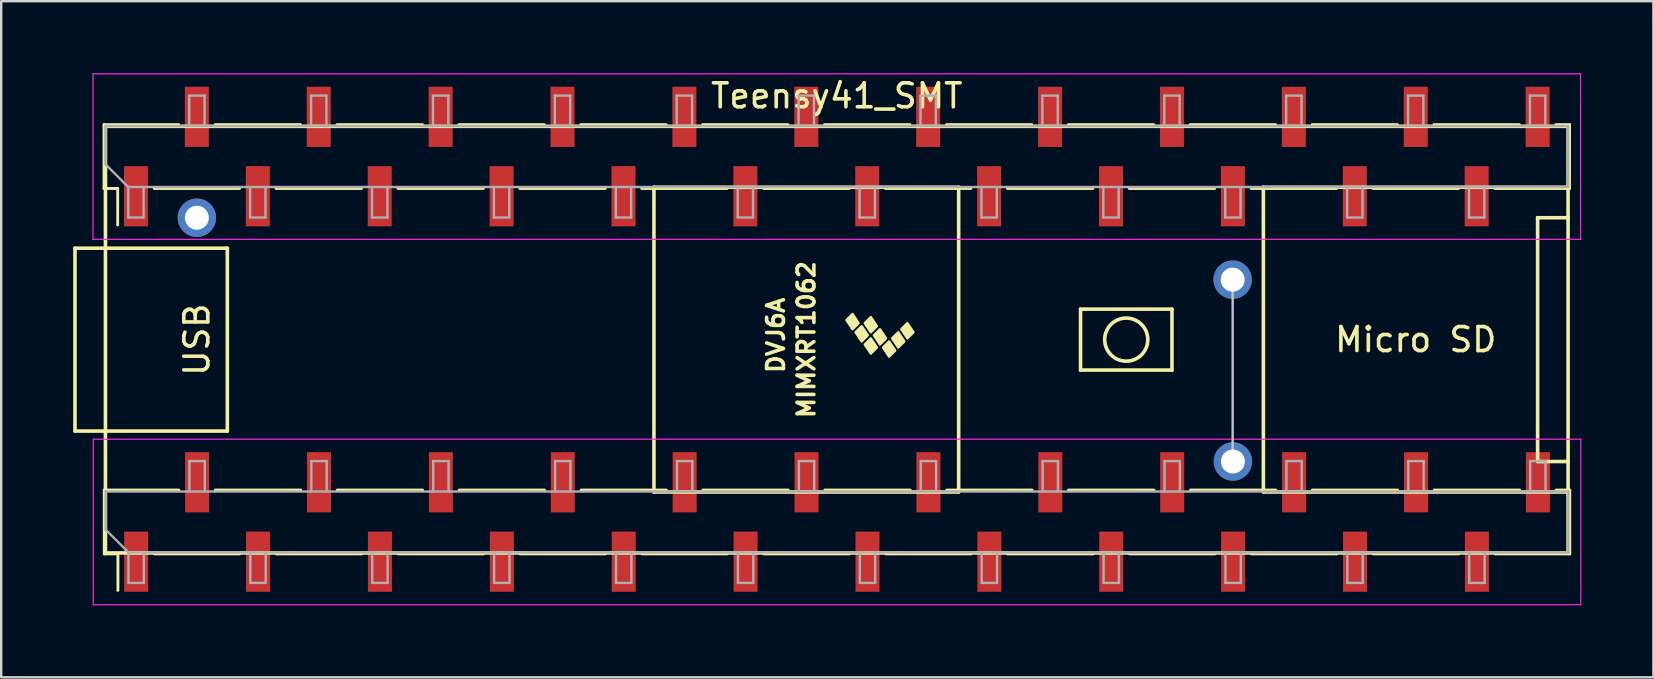
<source format=kicad_pcb>
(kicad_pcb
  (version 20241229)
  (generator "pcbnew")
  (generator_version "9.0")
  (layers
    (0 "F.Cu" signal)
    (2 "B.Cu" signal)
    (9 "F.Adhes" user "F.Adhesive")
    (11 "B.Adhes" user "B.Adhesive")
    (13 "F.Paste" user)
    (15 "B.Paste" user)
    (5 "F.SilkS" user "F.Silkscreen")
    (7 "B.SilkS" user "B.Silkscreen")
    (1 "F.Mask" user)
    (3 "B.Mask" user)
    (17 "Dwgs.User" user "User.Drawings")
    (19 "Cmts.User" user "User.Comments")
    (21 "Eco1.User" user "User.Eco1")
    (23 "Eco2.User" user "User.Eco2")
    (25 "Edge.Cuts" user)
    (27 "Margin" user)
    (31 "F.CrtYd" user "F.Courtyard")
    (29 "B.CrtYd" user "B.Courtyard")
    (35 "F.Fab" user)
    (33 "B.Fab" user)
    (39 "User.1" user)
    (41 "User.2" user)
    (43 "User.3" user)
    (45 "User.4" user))
  (footprint "Teensy41_SMT"
    (layer "F.Cu")
    (at 31.825 11.105)
    (property "Reference" "Teensy41_SMT" (at 0 -10.16 0) (layer "F.SilkS") (effects (font (size 1 1) (thickness 0.15))))
    (attr through_hole)
    (fp_line (start -31.75 -3.81) (end -30.48 -3.81) (stroke (width 0.15) (type solid)) (layer "F.SilkS"))
    (fp_line (start -31.75 3.81) (end -31.75 -3.81) (stroke (width 0.15) (type solid)) (layer "F.SilkS"))
    (fp_line (start -30.54 -8.96) (end -27.43 -8.96) (stroke (width 0.12) (type solid)) (layer "F.SilkS"))
    (fp_line (start -30.54 -6.3) (end -30.54 -8.96) (stroke (width 0.12) (type solid)) (layer "F.SilkS"))
    (fp_line (start -30.54 -6.3) (end -29.97 -6.3) (stroke (width 0.12) (type solid)) (layer "F.SilkS"))
    (fp_line (start -30.53 6.27) (end -27.42 6.27) (stroke (width 0.12) (type solid)) (layer "F.SilkS"))
    (fp_line (start -30.53 8.93) (end -30.53 6.27) (stroke (width 0.12) (type solid)) (layer "F.SilkS"))
    (fp_line (start -30.53 8.93) (end -29.96 8.93) (stroke (width 0.12) (type solid)) (layer "F.SilkS"))
    (fp_line (start -30.48 -8.89) (end 30.48 -8.89) (stroke (width 0.15) (type solid)) (layer "F.SilkS"))
    (fp_line (start -30.48 3.81) (end -31.75 3.81) (stroke (width 0.15) (type solid)) (layer "F.SilkS"))
    (fp_line (start -30.48 8.89) (end -30.48 -8.89) (stroke (width 0.15) (type solid)) (layer "F.SilkS"))
    (fp_line (start -29.97 -6.3) (end -29.97 -4.78) (stroke (width 0.12) (type solid)) (layer "F.SilkS"))
    (fp_line (start -29.96 8.93) (end -29.96 10.45) (stroke (width 0.12) (type solid)) (layer "F.SilkS"))
    (fp_line (start -28.45 -6.3) (end -24.89 -6.3) (stroke (width 0.12) (type solid)) (layer "F.SilkS"))
    (fp_line (start -28.44 8.93) (end -24.88 8.93) (stroke (width 0.12) (type solid)) (layer "F.SilkS"))
    (fp_line (start -25.91 -8.96) (end -22.35 -8.96) (stroke (width 0.12) (type solid)) (layer "F.SilkS"))
    (fp_line (start -25.9 6.27) (end -22.34 6.27) (stroke (width 0.12) (type solid)) (layer "F.SilkS"))
    (fp_line (start -25.4 -3.81) (end -30.48 -3.81) (stroke (width 0.15) (type solid)) (layer "F.SilkS"))
    (fp_line (start -25.4 3.81) (end -30.48 3.81) (stroke (width 0.15) (type solid)) (layer "F.SilkS"))
    (fp_line (start -25.4 3.81) (end -25.4 -3.81) (stroke (width 0.15) (type solid)) (layer "F.SilkS"))
    (fp_line (start -23.37 -6.3) (end -19.81 -6.3) (stroke (width 0.12) (type solid)) (layer "F.SilkS"))
    (fp_line (start -23.36 8.93) (end -19.8 8.93) (stroke (width 0.12) (type solid)) (layer "F.SilkS"))
    (fp_line (start -20.83 -8.96) (end -17.27 -8.96) (stroke (width 0.12) (type solid)) (layer "F.SilkS"))
    (fp_line (start -20.82 6.27) (end -17.26 6.27) (stroke (width 0.12) (type solid)) (layer "F.SilkS"))
    (fp_line (start -18.29 -6.3) (end -14.73 -6.3) (stroke (width 0.12) (type solid)) (layer "F.SilkS"))
    (fp_line (start -18.28 8.93) (end -14.72 8.93) (stroke (width 0.12) (type solid)) (layer "F.SilkS"))
    (fp_line (start -15.75 -8.96) (end -12.19 -8.96) (stroke (width 0.12) (type solid)) (layer "F.SilkS"))
    (fp_line (start -15.74 6.27) (end -12.18 6.27) (stroke (width 0.12) (type solid)) (layer "F.SilkS"))
    (fp_line (start -13.21 -6.3) (end -9.65 -6.3) (stroke (width 0.12) (type solid)) (layer "F.SilkS"))
    (fp_line (start -13.2 8.93) (end -9.64 8.93) (stroke (width 0.12) (type solid)) (layer "F.SilkS"))
    (fp_line (start -10.67 -8.96) (end -7.11 -8.96) (stroke (width 0.12) (type solid)) (layer "F.SilkS"))
    (fp_line (start -10.66 6.27) (end -7.1 6.27) (stroke (width 0.12) (type solid)) (layer "F.SilkS"))
    (fp_line (start -8.13 -6.3) (end -4.57 -6.3) (stroke (width 0.12) (type solid)) (layer "F.SilkS"))
    (fp_line (start -8.12 8.93) (end -4.56 8.93) (stroke (width 0.12) (type solid)) (layer "F.SilkS"))
    (fp_line (start -7.62 -6.35) (end -7.62 6.35) (stroke (width 0.15) (type solid)) (layer "F.SilkS"))
    (fp_line (start -7.62 6.35) (end 5.08 6.35) (stroke (width 0.15) (type solid)) (layer "F.SilkS"))
    (fp_line (start -5.59 -8.96) (end -2.03 -8.96) (stroke (width 0.12) (type solid)) (layer "F.SilkS"))
    (fp_line (start -5.58 6.27) (end -2.02 6.27) (stroke (width 0.12) (type solid)) (layer "F.SilkS"))
    (fp_line (start -3.05 -6.3) (end 0.51 -6.3) (stroke (width 0.12) (type solid)) (layer "F.SilkS"))
    (fp_line (start -3.04 8.93) (end 0.52 8.93) (stroke (width 0.12) (type solid)) (layer "F.SilkS"))
    (fp_line (start -0.51 -8.96) (end 3.05 -8.96) (stroke (width 0.12) (type solid)) (layer "F.SilkS"))
    (fp_line (start -0.5 6.27) (end 3.06 6.27) (stroke (width 0.12) (type solid)) (layer "F.SilkS"))
    (fp_line (start 2.03 -6.3) (end 5.59 -6.3) (stroke (width 0.12) (type solid)) (layer "F.SilkS"))
    (fp_line (start 2.04 8.93) (end 5.6 8.93) (stroke (width 0.12) (type solid)) (layer "F.SilkS"))
    (fp_line (start 4.57 -8.96) (end 8.13 -8.96) (stroke (width 0.12) (type solid)) (layer "F.SilkS"))
    (fp_line (start 4.58 6.27) (end 8.14 6.27) (stroke (width 0.12) (type solid)) (layer "F.SilkS"))
    (fp_line (start 5.08 -6.35) (end -7.62 -6.35) (stroke (width 0.15) (type solid)) (layer "F.SilkS"))
    (fp_line (start 5.08 6.35) (end 5.08 -6.35) (stroke (width 0.15) (type solid)) (layer "F.SilkS"))
    (fp_line (start 7.11 -6.3) (end 10.67 -6.3) (stroke (width 0.12) (type solid)) (layer "F.SilkS"))
    (fp_line (start 7.12 8.93) (end 10.68 8.93) (stroke (width 0.12) (type solid)) (layer "F.SilkS"))
    (fp_line (start 9.65 -8.96) (end 13.21 -8.96) (stroke (width 0.12) (type solid)) (layer "F.SilkS"))
    (fp_line (start 9.66 6.27) (end 13.22 6.27) (stroke (width 0.12) (type solid)) (layer "F.SilkS"))
    (fp_line (start 10.16 -1.27) (end 13.97 -1.27) (stroke (width 0.15) (type solid)) (layer "F.SilkS"))
    (fp_line (start 10.16 1.27) (end 10.16 -1.27) (stroke (width 0.15) (type solid)) (layer "F.SilkS"))
    (fp_line (start 12.19 -6.3) (end 15.75 -6.3) (stroke (width 0.12) (type solid)) (layer "F.SilkS"))
    (fp_line (start 12.2 8.93) (end 15.76 8.93) (stroke (width 0.12) (type solid)) (layer "F.SilkS"))
    (fp_line (start 13.97 -1.27) (end 13.97 1.27) (stroke (width 0.15) (type solid)) (layer "F.SilkS"))
    (fp_line (start 13.97 1.27) (end 10.16 1.27) (stroke (width 0.15) (type solid)) (layer "F.SilkS"))
    (fp_line (start 14.73 -8.96) (end 18.29 -8.96) (stroke (width 0.12) (type solid)) (layer "F.SilkS"))
    (fp_line (start 14.74 6.27) (end 18.3 6.27) (stroke (width 0.12) (type solid)) (layer "F.SilkS"))
    (fp_line (start 17.27 -6.3) (end 20.83 -6.3) (stroke (width 0.12) (type solid)) (layer "F.SilkS"))
    (fp_line (start 17.28 8.93) (end 20.84 8.93) (stroke (width 0.12) (type solid)) (layer "F.SilkS"))
    (fp_line (start 17.78 -6.35) (end 17.78 6.35) (stroke (width 0.15) (type solid)) (layer "F.SilkS"))
    (fp_line (start 17.78 6.35) (end 30.48 6.35) (stroke (width 0.15) (type solid)) (layer "F.SilkS"))
    (fp_line (start 19.81 -8.96) (end 23.37 -8.96) (stroke (width 0.12) (type solid)) (layer "F.SilkS"))
    (fp_line (start 19.82 6.27) (end 23.38 6.27) (stroke (width 0.12) (type solid)) (layer "F.SilkS"))
    (fp_line (start 22.35 -6.3) (end 25.91 -6.3) (stroke (width 0.12) (type solid)) (layer "F.SilkS"))
    (fp_line (start 22.36 8.93) (end 25.92 8.93) (stroke (width 0.12) (type solid)) (layer "F.SilkS"))
    (fp_line (start 24.89 -8.96) (end 28.45 -8.96) (stroke (width 0.12) (type solid)) (layer "F.SilkS"))
    (fp_line (start 24.9 6.27) (end 28.46 6.27) (stroke (width 0.12) (type solid)) (layer "F.SilkS"))
    (fp_line (start 27.43 -6.3) (end 30.54 -6.3) (stroke (width 0.12) (type solid)) (layer "F.SilkS"))
    (fp_line (start 27.44 8.93) (end 30.55 8.93) (stroke (width 0.12) (type solid)) (layer "F.SilkS"))
    (fp_line (start 29.21 -5.08) (end 29.21 5.08) (stroke (width 0.15) (type solid)) (layer "F.SilkS"))
    (fp_line (start 29.21 5.08) (end 30.48 5.08) (stroke (width 0.15) (type solid)) (layer "F.SilkS"))
    (fp_line (start 29.97 -8.96) (end 30.54 -8.96) (stroke (width 0.12) (type solid)) (layer "F.SilkS"))
    (fp_line (start 29.98 6.27) (end 30.55 6.27) (stroke (width 0.12) (type solid)) (layer "F.SilkS"))
    (fp_line (start 30.48 -8.89) (end 30.48 8.89) (stroke (width 0.15) (type solid)) (layer "F.SilkS"))
    (fp_line (start 30.48 -6.35) (end 17.78 -6.35) (stroke (width 0.15) (type solid)) (layer "F.SilkS"))
    (fp_line (start 30.48 -5.08) (end 29.21 -5.08) (stroke (width 0.15) (type solid)) (layer "F.SilkS"))
    (fp_line (start 30.48 8.89) (end -30.48 8.89) (stroke (width 0.15) (type solid)) (layer "F.SilkS"))
    (fp_line (start 30.54 -6.3) (end 30.54 -8.96) (stroke (width 0.12) (type solid)) (layer "F.SilkS"))
    (fp_line (start 30.55 8.93) (end 30.55 6.27) (stroke (width 0.12) (type solid)) (layer "F.SilkS"))
    (fp_circle (center 12.065 0) (end 12.7 -0.635) (stroke (width 0.15) (type solid)) (fill no) (layer "F.SilkS"))
    (fp_poly (pts (xy 0.911 -0.688) (xy 0.657 -0.434) (xy 0.403 -0.815) (xy 0.657 -1.069)) (stroke (width 0.1) (type solid)) (fill yes) (layer "F.SilkS"))
    (fp_poly (pts (xy 1.292 -0.18) (xy 1.038 0.074) (xy 0.784 -0.307) (xy 1.038 -0.561)) (stroke (width 0.1) (type solid)) (fill yes) (layer "F.SilkS"))
    (fp_poly (pts (xy 1.673 -0.561) (xy 1.419 -0.307) (xy 1.165 -0.688) (xy 1.419 -0.942)) (stroke (width 0.1) (type solid)) (fill yes) (layer "F.SilkS"))
    (fp_poly (pts (xy 1.673 0.328) (xy 1.419 0.582) (xy 1.165 0.201) (xy 1.419 -0.053)) (stroke (width 0.1) (type solid)) (fill yes) (layer "F.SilkS"))
    (fp_poly (pts (xy 2.054 -0.053) (xy 1.8 0.201) (xy 1.546 -0.18) (xy 1.8 -0.434)) (stroke (width 0.1) (type solid)) (fill yes) (layer "F.SilkS"))
    (fp_poly (pts (xy 2.435 0.455) (xy 2.181 0.709) (xy 1.927 0.328) (xy 2.181 0.074)) (stroke (width 0.1) (type solid)) (fill yes) (layer "F.SilkS"))
    (fp_poly (pts (xy 2.816 0.074) (xy 2.562 0.328) (xy 2.308 -0.053) (xy 2.562 -0.307)) (stroke (width 0.1) (type solid)) (fill yes) (layer "F.SilkS"))
    (fp_poly (pts (xy 3.197 -0.307) (xy 2.943 -0.053) (xy 2.689 -0.434) (xy 2.943 -0.688)) (stroke (width 0.1) (type solid)) (fill yes) (layer "F.SilkS"))
    (fp_line (start 16.5 5.1) (end 16.5 -2.5) (stroke (width 0.1) (type solid)) (layer "Dwgs.User"))
    (fp_line (start -31 -11.08) (end -31 -4.18) (stroke (width 0.05) (type solid)) (layer "F.CrtYd"))
    (fp_line (start -31 -4.18) (end 31 -4.18) (stroke (width 0.05) (type solid)) (layer "F.CrtYd"))
    (fp_line (start -30.99 4.15) (end -30.99 11.05) (stroke (width 0.05) (type solid)) (layer "F.CrtYd"))
    (fp_line (start -30.99 11.05) (end 31.01 11.05) (stroke (width 0.05) (type solid)) (layer "F.CrtYd"))
    (fp_line (start 31 -11.08) (end -31 -11.08) (stroke (width 0.05) (type solid)) (layer "F.CrtYd"))
    (fp_line (start 31 -4.18) (end 31 -11.08) (stroke (width 0.05) (type solid)) (layer "F.CrtYd"))
    (fp_line (start 31.01 4.15) (end -30.99 4.15) (stroke (width 0.05) (type solid)) (layer "F.CrtYd"))
    (fp_line (start 31.01 11.05) (end 31.01 4.15) (stroke (width 0.05) (type solid)) (layer "F.CrtYd"))
    (fp_line (start -30.48 -8.9) (end 30.48 -8.9) (stroke (width 0.1) (type solid)) (layer "F.Fab"))
    (fp_line (start -30.48 -7.31) (end -30.48 -8.9) (stroke (width 0.1) (type solid)) (layer "F.Fab"))
    (fp_line (start -30.47 6.33) (end 30.49 6.33) (stroke (width 0.1) (type solid)) (layer "F.Fab"))
    (fp_line (start -30.47 7.92) (end -30.47 6.33) (stroke (width 0.1) (type solid)) (layer "F.Fab"))
    (fp_line (start -29.53 -6.36) (end -30.48 -7.31) (stroke (width 0.1) (type solid)) (layer "F.Fab"))
    (fp_line (start -29.53 -6.36) (end -29.53 -5.09) (stroke (width 0.1) (type solid)) (layer "F.Fab"))
    (fp_line (start -29.53 -5.09) (end -28.89 -5.09) (stroke (width 0.1) (type solid)) (layer "F.Fab"))
    (fp_line (start -29.52 8.87) (end -30.47 7.92) (stroke (width 0.1) (type solid)) (layer "F.Fab"))
    (fp_line (start -29.52 8.87) (end -29.52 10.14) (stroke (width 0.1) (type solid)) (layer "F.Fab"))
    (fp_line (start -29.52 10.14) (end -28.88 10.14) (stroke (width 0.1) (type solid)) (layer "F.Fab"))
    (fp_line (start -28.89 -5.09) (end -28.89 -6.36) (stroke (width 0.1) (type solid)) (layer "F.Fab"))
    (fp_line (start -28.88 10.14) (end -28.88 8.87) (stroke (width 0.1) (type solid)) (layer "F.Fab"))
    (fp_line (start -26.99 -10.17) (end -26.35 -10.17) (stroke (width 0.1) (type solid)) (layer "F.Fab"))
    (fp_line (start -26.99 -8.9) (end -26.99 -10.17) (stroke (width 0.1) (type solid)) (layer "F.Fab"))
    (fp_line (start -26.98 5.06) (end -26.34 5.06) (stroke (width 0.1) (type solid)) (layer "F.Fab"))
    (fp_line (start -26.98 6.33) (end -26.98 5.06) (stroke (width 0.1) (type solid)) (layer "F.Fab"))
    (fp_line (start -26.35 -10.17) (end -26.35 -8.9) (stroke (width 0.1) (type solid)) (layer "F.Fab"))
    (fp_line (start -26.34 5.06) (end -26.34 6.33) (stroke (width 0.1) (type solid)) (layer "F.Fab"))
    (fp_line (start -24.45 -6.36) (end -24.45 -5.09) (stroke (width 0.1) (type solid)) (layer "F.Fab"))
    (fp_line (start -24.45 -5.09) (end -23.81 -5.09) (stroke (width 0.1) (type solid)) (layer "F.Fab"))
    (fp_line (start -24.44 8.87) (end -24.44 10.14) (stroke (width 0.1) (type solid)) (layer "F.Fab"))
    (fp_line (start -24.44 10.14) (end -23.8 10.14) (stroke (width 0.1) (type solid)) (layer "F.Fab"))
    (fp_line (start -23.81 -5.09) (end -23.81 -6.36) (stroke (width 0.1) (type solid)) (layer "F.Fab"))
    (fp_line (start -23.8 10.14) (end -23.8 8.87) (stroke (width 0.1) (type solid)) (layer "F.Fab"))
    (fp_line (start -21.91 -10.17) (end -21.27 -10.17) (stroke (width 0.1) (type solid)) (layer "F.Fab"))
    (fp_line (start -21.91 -8.9) (end -21.91 -10.17) (stroke (width 0.1) (type solid)) (layer "F.Fab"))
    (fp_line (start -21.9 5.06) (end -21.26 5.06) (stroke (width 0.1) (type solid)) (layer "F.Fab"))
    (fp_line (start -21.9 6.33) (end -21.9 5.06) (stroke (width 0.1) (type solid)) (layer "F.Fab"))
    (fp_line (start -21.27 -10.17) (end -21.27 -8.9) (stroke (width 0.1) (type solid)) (layer "F.Fab"))
    (fp_line (start -21.26 5.06) (end -21.26 6.33) (stroke (width 0.1) (type solid)) (layer "F.Fab"))
    (fp_line (start -19.37 -6.36) (end -19.37 -5.09) (stroke (width 0.1) (type solid)) (layer "F.Fab"))
    (fp_line (start -19.37 -5.09) (end -18.73 -5.09) (stroke (width 0.1) (type solid)) (layer "F.Fab"))
    (fp_line (start -19.36 8.87) (end -19.36 10.14) (stroke (width 0.1) (type solid)) (layer "F.Fab"))
    (fp_line (start -19.36 10.14) (end -18.72 10.14) (stroke (width 0.1) (type solid)) (layer "F.Fab"))
    (fp_line (start -18.73 -5.09) (end -18.73 -6.36) (stroke (width 0.1) (type solid)) (layer "F.Fab"))
    (fp_line (start -18.72 10.14) (end -18.72 8.87) (stroke (width 0.1) (type solid)) (layer "F.Fab"))
    (fp_line (start -16.83 -10.17) (end -16.19 -10.17) (stroke (width 0.1) (type solid)) (layer "F.Fab"))
    (fp_line (start -16.83 -8.9) (end -16.83 -10.17) (stroke (width 0.1) (type solid)) (layer "F.Fab"))
    (fp_line (start -16.82 5.06) (end -16.18 5.06) (stroke (width 0.1) (type solid)) (layer "F.Fab"))
    (fp_line (start -16.82 6.33) (end -16.82 5.06) (stroke (width 0.1) (type solid)) (layer "F.Fab"))
    (fp_line (start -16.19 -10.17) (end -16.19 -8.9) (stroke (width 0.1) (type solid)) (layer "F.Fab"))
    (fp_line (start -16.18 5.06) (end -16.18 6.33) (stroke (width 0.1) (type solid)) (layer "F.Fab"))
    (fp_line (start -14.29 -6.36) (end -14.29 -5.09) (stroke (width 0.1) (type solid)) (layer "F.Fab"))
    (fp_line (start -14.29 -5.09) (end -13.65 -5.09) (stroke (width 0.1) (type solid)) (layer "F.Fab"))
    (fp_line (start -14.28 8.87) (end -14.28 10.14) (stroke (width 0.1) (type solid)) (layer "F.Fab"))
    (fp_line (start -14.28 10.14) (end -13.64 10.14) (stroke (width 0.1) (type solid)) (layer "F.Fab"))
    (fp_line (start -13.65 -5.09) (end -13.65 -6.36) (stroke (width 0.1) (type solid)) (layer "F.Fab"))
    (fp_line (start -13.64 10.14) (end -13.64 8.87) (stroke (width 0.1) (type solid)) (layer "F.Fab"))
    (fp_line (start -11.75 -10.17) (end -11.11 -10.17) (stroke (width 0.1) (type solid)) (layer "F.Fab"))
    (fp_line (start -11.75 -8.9) (end -11.75 -10.17) (stroke (width 0.1) (type solid)) (layer "F.Fab"))
    (fp_line (start -11.74 5.06) (end -11.1 5.06) (stroke (width 0.1) (type solid)) (layer "F.Fab"))
    (fp_line (start -11.74 6.33) (end -11.74 5.06) (stroke (width 0.1) (type solid)) (layer "F.Fab"))
    (fp_line (start -11.11 -10.17) (end -11.11 -8.9) (stroke (width 0.1) (type solid)) (layer "F.Fab"))
    (fp_line (start -11.1 5.06) (end -11.1 6.33) (stroke (width 0.1) (type solid)) (layer "F.Fab"))
    (fp_line (start -9.21 -6.36) (end -9.21 -5.09) (stroke (width 0.1) (type solid)) (layer "F.Fab"))
    (fp_line (start -9.21 -5.09) (end -8.57 -5.09) (stroke (width 0.1) (type solid)) (layer "F.Fab"))
    (fp_line (start -9.2 8.87) (end -9.2 10.14) (stroke (width 0.1) (type solid)) (layer "F.Fab"))
    (fp_line (start -9.2 10.14) (end -8.56 10.14) (stroke (width 0.1) (type solid)) (layer "F.Fab"))
    (fp_line (start -8.57 -5.09) (end -8.57 -6.36) (stroke (width 0.1) (type solid)) (layer "F.Fab"))
    (fp_line (start -8.56 10.14) (end -8.56 8.87) (stroke (width 0.1) (type solid)) (layer "F.Fab"))
    (fp_line (start -6.67 -10.17) (end -6.03 -10.17) (stroke (width 0.1) (type solid)) (layer "F.Fab"))
    (fp_line (start -6.67 -8.9) (end -6.67 -10.17) (stroke (width 0.1) (type solid)) (layer "F.Fab"))
    (fp_line (start -6.66 5.06) (end -6.02 5.06) (stroke (width 0.1) (type solid)) (layer "F.Fab"))
    (fp_line (start -6.66 6.33) (end -6.66 5.06) (stroke (width 0.1) (type solid)) (layer "F.Fab"))
    (fp_line (start -6.03 -10.17) (end -6.03 -8.9) (stroke (width 0.1) (type solid)) (layer "F.Fab"))
    (fp_line (start -6.02 5.06) (end -6.02 6.33) (stroke (width 0.1) (type solid)) (layer "F.Fab"))
    (fp_line (start -4.13 -6.36) (end -4.13 -5.09) (stroke (width 0.1) (type solid)) (layer "F.Fab"))
    (fp_line (start -4.13 -5.09) (end -3.49 -5.09) (stroke (width 0.1) (type solid)) (layer "F.Fab"))
    (fp_line (start -4.12 8.87) (end -4.12 10.14) (stroke (width 0.1) (type solid)) (layer "F.Fab"))
    (fp_line (start -4.12 10.14) (end -3.48 10.14) (stroke (width 0.1) (type solid)) (layer "F.Fab"))
    (fp_line (start -3.49 -5.09) (end -3.49 -6.36) (stroke (width 0.1) (type solid)) (layer "F.Fab"))
    (fp_line (start -3.48 10.14) (end -3.48 8.87) (stroke (width 0.1) (type solid)) (layer "F.Fab"))
    (fp_line (start -1.59 -10.17) (end -0.95 -10.17) (stroke (width 0.1) (type solid)) (layer "F.Fab"))
    (fp_line (start -1.59 -8.9) (end -1.59 -10.17) (stroke (width 0.1) (type solid)) (layer "F.Fab"))
    (fp_line (start -1.58 5.06) (end -0.94 5.06) (stroke (width 0.1) (type solid)) (layer "F.Fab"))
    (fp_line (start -1.58 6.33) (end -1.58 5.06) (stroke (width 0.1) (type solid)) (layer "F.Fab"))
    (fp_line (start -0.95 -10.17) (end -0.95 -8.9) (stroke (width 0.1) (type solid)) (layer "F.Fab"))
    (fp_line (start -0.94 5.06) (end -0.94 6.33) (stroke (width 0.1) (type solid)) (layer "F.Fab"))
    (fp_line (start 0.95 -6.36) (end 0.95 -5.09) (stroke (width 0.1) (type solid)) (layer "F.Fab"))
    (fp_line (start 0.95 -5.09) (end 1.59 -5.09) (stroke (width 0.1) (type solid)) (layer "F.Fab"))
    (fp_line (start 0.96 8.87) (end 0.96 10.14) (stroke (width 0.1) (type solid)) (layer "F.Fab"))
    (fp_line (start 0.96 10.14) (end 1.6 10.14) (stroke (width 0.1) (type solid)) (layer "F.Fab"))
    (fp_line (start 1.59 -5.09) (end 1.59 -6.36) (stroke (width 0.1) (type solid)) (layer "F.Fab"))
    (fp_line (start 1.6 10.14) (end 1.6 8.87) (stroke (width 0.1) (type solid)) (layer "F.Fab"))
    (fp_line (start 3.49 -10.17) (end 4.13 -10.17) (stroke (width 0.1) (type solid)) (layer "F.Fab"))
    (fp_line (start 3.49 -8.9) (end 3.49 -10.17) (stroke (width 0.1) (type solid)) (layer "F.Fab"))
    (fp_line (start 3.5 5.06) (end 4.14 5.06) (stroke (width 0.1) (type solid)) (layer "F.Fab"))
    (fp_line (start 3.5 6.33) (end 3.5 5.06) (stroke (width 0.1) (type solid)) (layer "F.Fab"))
    (fp_line (start 4.13 -10.17) (end 4.13 -8.9) (stroke (width 0.1) (type solid)) (layer "F.Fab"))
    (fp_line (start 4.14 5.06) (end 4.14 6.33) (stroke (width 0.1) (type solid)) (layer "F.Fab"))
    (fp_line (start 6.03 -6.36) (end 6.03 -5.09) (stroke (width 0.1) (type solid)) (layer "F.Fab"))
    (fp_line (start 6.03 -5.09) (end 6.67 -5.09) (stroke (width 0.1) (type solid)) (layer "F.Fab"))
    (fp_line (start 6.04 8.87) (end 6.04 10.14) (stroke (width 0.1) (type solid)) (layer "F.Fab"))
    (fp_line (start 6.04 10.14) (end 6.68 10.14) (stroke (width 0.1) (type solid)) (layer "F.Fab"))
    (fp_line (start 6.67 -5.09) (end 6.67 -6.36) (stroke (width 0.1) (type solid)) (layer "F.Fab"))
    (fp_line (start 6.68 10.14) (end 6.68 8.87) (stroke (width 0.1) (type solid)) (layer "F.Fab"))
    (fp_line (start 8.57 -10.17) (end 9.21 -10.17) (stroke (width 0.1) (type solid)) (layer "F.Fab"))
    (fp_line (start 8.57 -8.9) (end 8.57 -10.17) (stroke (width 0.1) (type solid)) (layer "F.Fab"))
    (fp_line (start 8.58 5.06) (end 9.22 5.06) (stroke (width 0.1) (type solid)) (layer "F.Fab"))
    (fp_line (start 8.58 6.33) (end 8.58 5.06) (stroke (width 0.1) (type solid)) (layer "F.Fab"))
    (fp_line (start 9.21 -10.17) (end 9.21 -8.9) (stroke (width 0.1) (type solid)) (layer "F.Fab"))
    (fp_line (start 9.22 5.06) (end 9.22 6.33) (stroke (width 0.1) (type solid)) (layer "F.Fab"))
    (fp_line (start 11.11 -6.36) (end 11.11 -5.09) (stroke (width 0.1) (type solid)) (layer "F.Fab"))
    (fp_line (start 11.11 -5.09) (end 11.75 -5.09) (stroke (width 0.1) (type solid)) (layer "F.Fab"))
    (fp_line (start 11.12 8.87) (end 11.12 10.14) (stroke (width 0.1) (type solid)) (layer "F.Fab"))
    (fp_line (start 11.12 10.14) (end 11.76 10.14) (stroke (width 0.1) (type solid)) (layer "F.Fab"))
    (fp_line (start 11.75 -5.09) (end 11.75 -6.36) (stroke (width 0.1) (type solid)) (layer "F.Fab"))
    (fp_line (start 11.76 10.14) (end 11.76 8.87) (stroke (width 0.1) (type solid)) (layer "F.Fab"))
    (fp_line (start 13.65 -10.17) (end 14.29 -10.17) (stroke (width 0.1) (type solid)) (layer "F.Fab"))
    (fp_line (start 13.65 -8.9) (end 13.65 -10.17) (stroke (width 0.1) (type solid)) (layer "F.Fab"))
    (fp_line (start 13.66 5.06) (end 14.3 5.06) (stroke (width 0.1) (type solid)) (layer "F.Fab"))
    (fp_line (start 13.66 6.33) (end 13.66 5.06) (stroke (width 0.1) (type solid)) (layer "F.Fab"))
    (fp_line (start 14.29 -10.17) (end 14.29 -8.9) (stroke (width 0.1) (type solid)) (layer "F.Fab"))
    (fp_line (start 14.3 5.06) (end 14.3 6.33) (stroke (width 0.1) (type solid)) (layer "F.Fab"))
    (fp_line (start 16.19 -6.36) (end 16.19 -5.09) (stroke (width 0.1) (type solid)) (layer "F.Fab"))
    (fp_line (start 16.19 -5.09) (end 16.83 -5.09) (stroke (width 0.1) (type solid)) (layer "F.Fab"))
    (fp_line (start 16.2 8.87) (end 16.2 10.14) (stroke (width 0.1) (type solid)) (layer "F.Fab"))
    (fp_line (start 16.2 10.14) (end 16.84 10.14) (stroke (width 0.1) (type solid)) (layer "F.Fab"))
    (fp_line (start 16.83 -5.09) (end 16.83 -6.36) (stroke (width 0.1) (type solid)) (layer "F.Fab"))
    (fp_line (start 16.84 10.14) (end 16.84 8.87) (stroke (width 0.1) (type solid)) (layer "F.Fab"))
    (fp_line (start 18.73 -10.17) (end 19.37 -10.17) (stroke (width 0.1) (type solid)) (layer "F.Fab"))
    (fp_line (start 18.73 -8.9) (end 18.73 -10.17) (stroke (width 0.1) (type solid)) (layer "F.Fab"))
    (fp_line (start 18.74 5.06) (end 19.38 5.06) (stroke (width 0.1) (type solid)) (layer "F.Fab"))
    (fp_line (start 18.74 6.33) (end 18.74 5.06) (stroke (width 0.1) (type solid)) (layer "F.Fab"))
    (fp_line (start 19.37 -10.17) (end 19.37 -8.9) (stroke (width 0.1) (type solid)) (layer "F.Fab"))
    (fp_line (start 19.38 5.06) (end 19.38 6.33) (stroke (width 0.1) (type solid)) (layer "F.Fab"))
    (fp_line (start 21.27 -6.36) (end 21.27 -5.09) (stroke (width 0.1) (type solid)) (layer "F.Fab"))
    (fp_line (start 21.27 -5.09) (end 21.91 -5.09) (stroke (width 0.1) (type solid)) (layer "F.Fab"))
    (fp_line (start 21.28 8.87) (end 21.28 10.14) (stroke (width 0.1) (type solid)) (layer "F.Fab"))
    (fp_line (start 21.28 10.14) (end 21.92 10.14) (stroke (width 0.1) (type solid)) (layer "F.Fab"))
    (fp_line (start 21.91 -5.09) (end 21.91 -6.36) (stroke (width 0.1) (type solid)) (layer "F.Fab"))
    (fp_line (start 21.92 10.14) (end 21.92 8.87) (stroke (width 0.1) (type solid)) (layer "F.Fab"))
    (fp_line (start 23.81 -10.17) (end 24.45 -10.17) (stroke (width 0.1) (type solid)) (layer "F.Fab"))
    (fp_line (start 23.81 -8.9) (end 23.81 -10.17) (stroke (width 0.1) (type solid)) (layer "F.Fab"))
    (fp_line (start 23.82 5.06) (end 24.46 5.06) (stroke (width 0.1) (type solid)) (layer "F.Fab"))
    (fp_line (start 23.82 6.33) (end 23.82 5.06) (stroke (width 0.1) (type solid)) (layer "F.Fab"))
    (fp_line (start 24.45 -10.17) (end 24.45 -8.9) (stroke (width 0.1) (type solid)) (layer "F.Fab"))
    (fp_line (start 24.46 5.06) (end 24.46 6.33) (stroke (width 0.1) (type solid)) (layer "F.Fab"))
    (fp_line (start 26.35 -6.36) (end 26.35 -5.09) (stroke (width 0.1) (type solid)) (layer "F.Fab"))
    (fp_line (start 26.35 -5.09) (end 26.99 -5.09) (stroke (width 0.1) (type solid)) (layer "F.Fab"))
    (fp_line (start 26.36 8.87) (end 26.36 10.14) (stroke (width 0.1) (type solid)) (layer "F.Fab"))
    (fp_line (start 26.36 10.14) (end 27 10.14) (stroke (width 0.1) (type solid)) (layer "F.Fab"))
    (fp_line (start 26.99 -5.09) (end 26.99 -6.36) (stroke (width 0.1) (type solid)) (layer "F.Fab"))
    (fp_line (start 27 10.14) (end 27 8.87) (stroke (width 0.1) (type solid)) (layer "F.Fab"))
    (fp_line (start 28.89 -10.17) (end 29.53 -10.17) (stroke (width 0.1) (type solid)) (layer "F.Fab"))
    (fp_line (start 28.89 -8.9) (end 28.89 -10.17) (stroke (width 0.1) (type solid)) (layer "F.Fab"))
    (fp_line (start 28.9 5.06) (end 29.54 5.06) (stroke (width 0.1) (type solid)) (layer "F.Fab"))
    (fp_line (start 28.9 6.33) (end 28.9 5.06) (stroke (width 0.1) (type solid)) (layer "F.Fab"))
    (fp_line (start 29.53 -10.17) (end 29.53 -8.9) (stroke (width 0.1) (type solid)) (layer "F.Fab"))
    (fp_line (start 29.54 5.06) (end 29.54 6.33) (stroke (width 0.1) (type solid)) (layer "F.Fab"))
    (fp_line (start 30.48 -8.9) (end 30.48 -6.36) (stroke (width 0.1) (type solid)) (layer "F.Fab"))
    (fp_line (start 30.48 -6.36) (end -29.53 -6.36) (stroke (width 0.1) (type solid)) (layer "F.Fab"))
    (fp_line (start 30.49 6.33) (end 30.49 8.87) (stroke (width 0.1) (type solid)) (layer "F.Fab"))
    (fp_line (start 30.49 8.87) (end -29.52 8.87) (stroke (width 0.1) (type solid)) (layer "F.Fab"))
    (fp_text user "DVJ6A" (at -2.54 -0.18 270) (layer "F.SilkS") (effects (font (size 0.7 0.7) (thickness 0.15))))
    (fp_text user "MIMXRT1062" (at -1.27 0 270) (layer "F.SilkS") (effects (font (size 0.7 0.7) (thickness 0.15))))
    (fp_text user "Micro SD" (at 24.13 0 0) (layer "F.SilkS") (effects (font (size 1 1) (thickness 0.15))))
    (fp_text user "USB" (at -26.67 0 270) (layer "F.SilkS") (effects (font (size 1 1) (thickness 0.15))))
    (pad "1" smd rect (at -29.2 9.255 90) (size 2.51 1) (layers "F.Cu" "F.Mask" "F.Paste"))
    (pad "2" smd rect (at -26.66 5.945 90) (size 2.51 1) (layers "F.Cu" "F.Mask" "F.Paste"))
    (pad "3" smd rect (at -24.12 9.255 90) (size 2.51 1) (layers "F.Cu" "F.Mask" "F.Paste"))
    (pad "4" smd rect (at -21.58 5.945 90) (size 2.51 1) (layers "F.Cu" "F.Mask" "F.Paste"))
    (pad "5" smd rect (at -19.04 9.255 90) (size 2.51 1) (layers "F.Cu" "F.Mask" "F.Paste"))
    (pad "6" smd rect (at -16.5 5.945 90) (size 2.51 1) (layers "F.Cu" "F.Mask" "F.Paste"))
    (pad "7" smd rect (at -13.96 9.255 90) (size 2.51 1) (layers "F.Cu" "F.Mask" "F.Paste"))
    (pad "8" smd rect (at -11.42 5.945 90) (size 2.51 1) (layers "F.Cu" "F.Mask" "F.Paste"))
    (pad "9" smd rect (at -8.88 9.255 90) (size 2.51 1) (layers "F.Cu" "F.Mask" "F.Paste"))
    (pad "10" smd rect (at -6.34 5.945 90) (size 2.51 1) (layers "F.Cu" "F.Mask" "F.Paste"))
    (pad "11" smd rect (at -3.8 9.255 90) (size 2.51 1) (layers "F.Cu" "F.Mask" "F.Paste"))
    (pad "12" smd rect (at -1.26 5.945 90) (size 2.51 1) (layers "F.Cu" "F.Mask" "F.Paste"))
    (pad "13" smd rect (at 1.28 9.255 90) (size 2.51 1) (layers "F.Cu" "F.Mask" "F.Paste"))
    (pad "14" smd rect (at 3.82 5.945 90) (size 2.51 1) (layers "F.Cu" "F.Mask" "F.Paste"))
    (pad "15" smd rect (at 6.36 9.255 90) (size 2.51 1) (layers "F.Cu" "F.Mask" "F.Paste"))
    (pad "16" smd rect (at 8.9 5.945 90) (size 2.51 1) (layers "F.Cu" "F.Mask" "F.Paste"))
    (pad "17" smd rect (at 11.44 9.255 90) (size 2.51 1) (layers "F.Cu" "F.Mask" "F.Paste"))
    (pad "18" smd rect (at 13.98 5.945 90) (size 2.51 1) (layers "F.Cu" "F.Mask" "F.Paste"))
    (pad "19" smd rect (at 16.52 9.255 90) (size 2.51 1) (layers "F.Cu" "F.Mask" "F.Paste"))
    (pad "20" smd rect (at 19.06 5.945 90) (size 2.51 1) (layers "F.Cu" "F.Mask" "F.Paste"))
    (pad "21" smd rect (at 21.6 9.255 90) (size 2.51 1) (layers "F.Cu" "F.Mask" "F.Paste"))
    (pad "22" smd rect (at 24.14 5.945 90) (size 2.51 1) (layers "F.Cu" "F.Mask" "F.Paste"))
    (pad "23" smd rect (at 26.68 9.255 90) (size 2.51 1) (layers "F.Cu" "F.Mask" "F.Paste"))
    (pad "24" smd rect (at 29.22 5.945 90) (size 2.51 1) (layers "F.Cu" "F.Mask" "F.Paste"))
    (pad "25" smd rect (at 29.21 -9.285 90) (size 2.51 1) (layers "F.Cu" "F.Mask" "F.Paste"))
    (pad "26" smd rect (at 26.67 -5.975 90) (size 2.51 1) (layers "F.Cu" "F.Mask" "F.Paste"))
    (pad "27" smd rect (at 24.13 -9.285 90) (size 2.51 1) (layers "F.Cu" "F.Mask" "F.Paste"))
    (pad "28" smd rect (at 21.59 -5.975 90) (size 2.51 1) (layers "F.Cu" "F.Mask" "F.Paste"))
    (pad "29" smd rect (at 19.05 -9.285 90) (size 2.51 1) (layers "F.Cu" "F.Mask" "F.Paste"))
    (pad "30" smd rect (at 16.51 -5.975 90) (size 2.51 1) (layers "F.Cu" "F.Mask" "F.Paste"))
    (pad "31" smd rect (at 13.97 -9.285 90) (size 2.51 1) (layers "F.Cu" "F.Mask" "F.Paste"))
    (pad "32" smd rect (at 11.43 -5.975 90) (size 2.51 1) (layers "F.Cu" "F.Mask" "F.Paste"))
    (pad "33" smd rect (at 8.89 -9.285 90) (size 2.51 1) (layers "F.Cu" "F.Mask" "F.Paste"))
    (pad "34" smd rect (at 6.35 -5.975 90) (size 2.51 1) (layers "F.Cu" "F.Mask" "F.Paste"))
    (pad "35" smd rect (at 3.81 -9.285 90) (size 2.51 1) (layers "F.Cu" "F.Mask" "F.Paste"))
    (pad "36" smd rect (at 1.27 -5.975 90) (size 2.51 1) (layers "F.Cu" "F.Mask" "F.Paste"))
    (pad "37" smd rect (at -1.27 -9.285 90) (size 2.51 1) (layers "F.Cu" "F.Mask" "F.Paste"))
    (pad "38" smd rect (at -3.81 -5.975 90) (size 2.51 1) (layers "F.Cu" "F.Mask" "F.Paste"))
    (pad "39" smd rect (at -6.35 -9.285 90) (size 2.51 1) (layers "F.Cu" "F.Mask" "F.Paste"))
    (pad "40" smd rect (at -8.89 -5.975 90) (size 2.51 1) (layers "F.Cu" "F.Mask" "F.Paste"))
    (pad "41" smd rect (at -11.43 -9.285 90) (size 2.51 1) (layers "F.Cu" "F.Mask" "F.Paste"))
    (pad "42" smd rect (at -13.97 -5.975 90) (size 2.51 1) (layers "F.Cu" "F.Mask" "F.Paste"))
    (pad "43" smd rect (at -16.51 -9.285 90) (size 2.51 1) (layers "F.Cu" "F.Mask" "F.Paste"))
    (pad "44" smd rect (at -19.05 -5.975 90) (size 2.51 1) (layers "F.Cu" "F.Mask" "F.Paste"))
    (pad "45" smd rect (at -21.59 -9.285 90) (size 2.51 1) (layers "F.Cu" "F.Mask" "F.Paste"))
    (pad "46" smd rect (at -24.13 -5.975 90) (size 2.51 1) (layers "F.Cu" "F.Mask" "F.Paste"))
    (pad "47" smd rect (at -26.67 -9.285 90) (size 2.51 1) (layers "F.Cu" "F.Mask" "F.Paste"))
    (pad "48" smd rect (at -29.21 -5.975 90) (size 2.51 1) (layers "F.Cu" "F.Mask" "F.Paste"))
    (pad "49" thru_hole circle (at -26.67 -5.08) (size 1.6 1.6) (drill 1) (layers "*.Cu" "*.Mask"))
    (pad "50" thru_hole circle (at 16.51 5.08) (size 1.6 1.6) (drill 1) (layers "*.Cu" "*.Mask"))
    (pad "53" thru_hole circle (at 16.5 -2.5) (size 1.6 1.6) (drill 1) (layers "*.Cu" "*.Mask")))
  (gr_rect
    (start -3 -3)
    (end 65.86 25.18)
    (stroke (width 0.1) (type default))
    (fill no)
    (layer "Edge.Cuts")))
</source>
